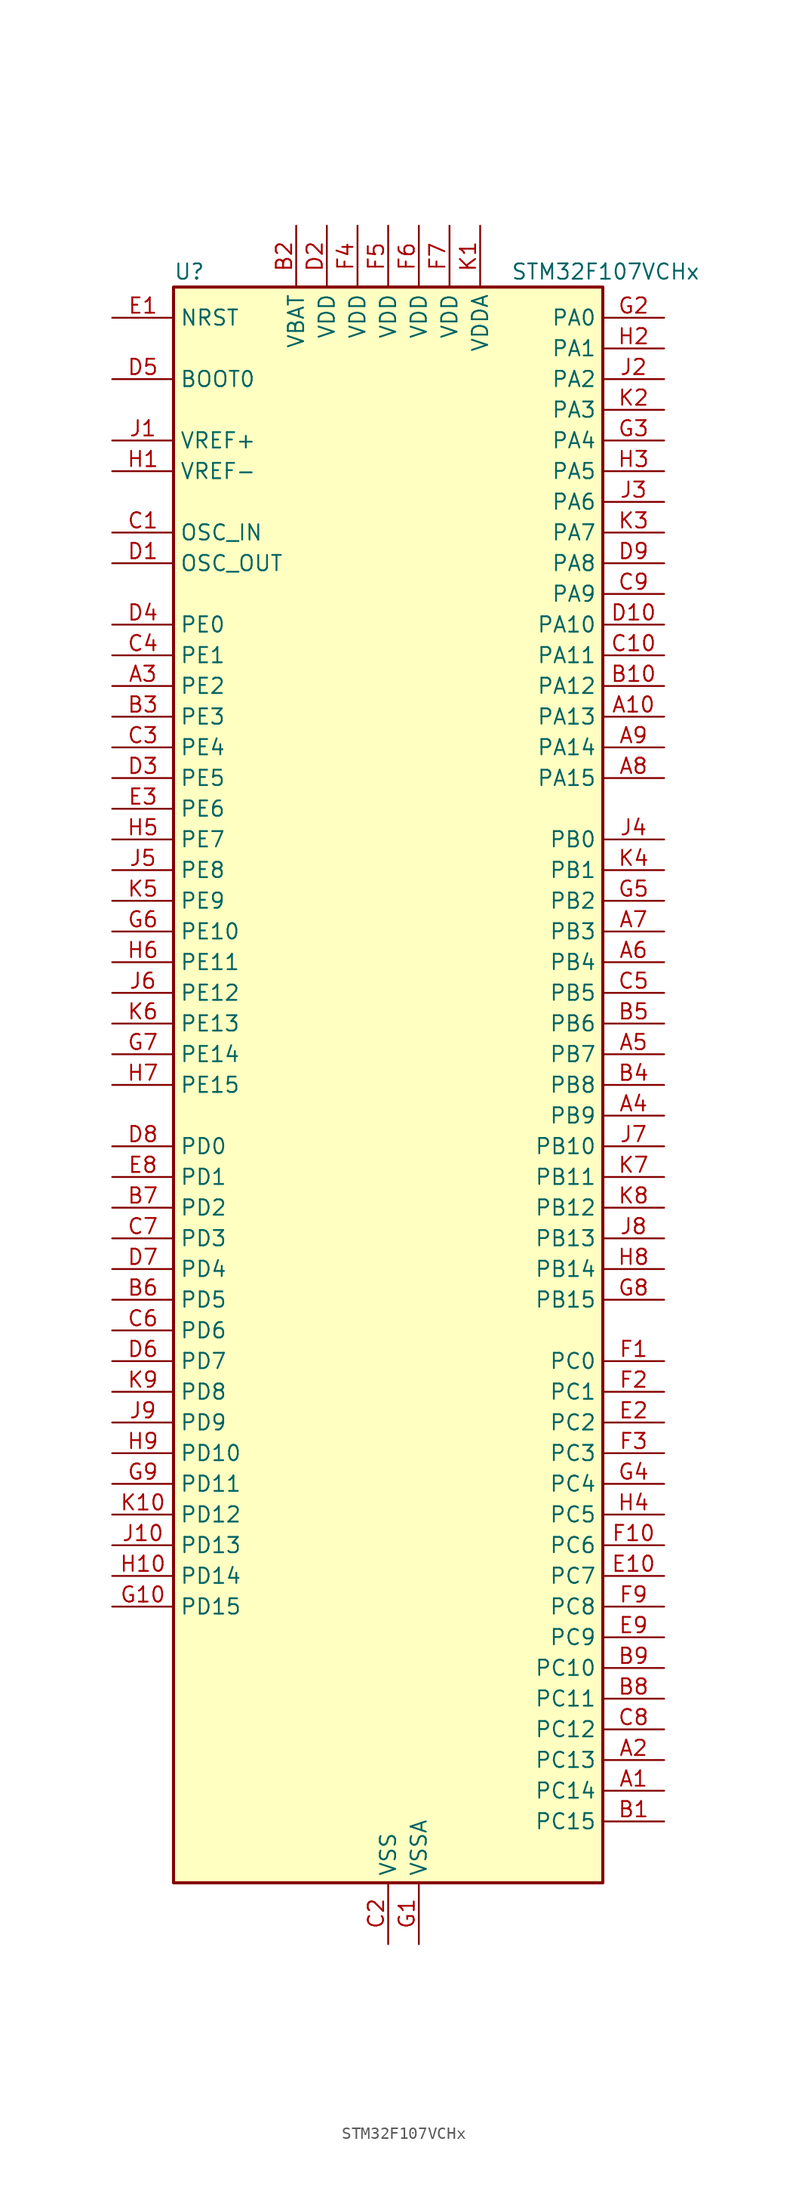
<source format=kicad_sym>
(kicad_symbol_lib
  (version 20220914)
  (generator kicad_symbol_editor)
  (symbol "STM32F107VCHx"
    (property "Reference" "U"
      (at -17.78 67.31 0)
      (effects (font (size 1.27 1.27)) (justify left)))
    (property "Value" "STM32F107VCHx"
      (at 10.16 67.31 0)
      (effects (font (size 1.27 1.27)) (justify left)))
    (property "ki_locked" ""
      (at 0 0 0)
      (effects (font (size 1.27 1.27))))
    (symbol "STM32F107VCHx_0_1"
      (rectangle (start -17.78 -66.04) (end 17.78 66.04) (stroke (width 0.254) (type default)) (fill (type background))))
    (symbol "STM32F107VCHx_1_1"
      (pin bidirectional line (at 22.86 -58.42 180) (length 5.08) (name "PC14" (effects (font (size 1.27 1.27)))) (number "A1" (effects (font (size 1.27 1.27)))) (alternate "RCC_OSC32_IN" bidirectional line))
      (pin bidirectional line (at 22.86 30.48 180) (length 5.08) (name "PA13" (effects (font (size 1.27 1.27)))) (number "A10" (effects (font (size 1.27 1.27)))) (alternate "SYS_JTMS-SWDIO" bidirectional line))
      (pin bidirectional line (at 22.86 -55.88 180) (length 5.08) (name "PC13" (effects (font (size 1.27 1.27)))) (number "A2" (effects (font (size 1.27 1.27)))) (alternate "RTC_OUT" bidirectional line) (alternate "RTC_TAMPER" bidirectional line))
      (pin bidirectional line (at -22.86 33.02 0) (length 5.08) (name "PE2" (effects (font (size 1.27 1.27)))) (number "A3" (effects (font (size 1.27 1.27)))) (alternate "SYS_TRACECLK" bidirectional line))
      (pin bidirectional line (at 22.86 -2.54 180) (length 5.08) (name "PB9" (effects (font (size 1.27 1.27)))) (number "A4" (effects (font (size 1.27 1.27)))) (alternate "CAN1_TX" bidirectional line) (alternate "DAC_EXTI9" bidirectional line) (alternate "I2C1_SDA" bidirectional line) (alternate "TIM4_CH4" bidirectional line))
      (pin bidirectional line (at 22.86 2.54 180) (length 5.08) (name "PB7" (effects (font (size 1.27 1.27)))) (number "A5" (effects (font (size 1.27 1.27)))) (alternate "I2C1_SDA" bidirectional line) (alternate "TIM4_CH2" bidirectional line) (alternate "USART1_RX" bidirectional line))
      (pin bidirectional line (at 22.86 10.16 180) (length 5.08) (name "PB4" (effects (font (size 1.27 1.27)))) (number "A6" (effects (font (size 1.27 1.27)))) (alternate "SPI1_MISO" bidirectional line) (alternate "SPI3_MISO" bidirectional line) (alternate "SYS_NJTRST" bidirectional line) (alternate "TIM3_CH1" bidirectional line))
      (pin bidirectional line (at 22.86 12.7 180) (length 5.08) (name "PB3" (effects (font (size 1.27 1.27)))) (number "A7" (effects (font (size 1.27 1.27)))) (alternate "I2S3_CK" bidirectional line) (alternate "SPI1_SCK" bidirectional line) (alternate "SPI3_SCK" bidirectional line) (alternate "SYS_JTDO" bidirectional line) (alternate "SYS_TRACESWO" bidirectional line) (alternate "TIM2_CH2" bidirectional line))
      (pin bidirectional line (at 22.86 25.4 180) (length 5.08) (name "PA15" (effects (font (size 1.27 1.27)))) (number "A8" (effects (font (size 1.27 1.27)))) (alternate "ADC1_EXTI15" bidirectional line) (alternate "ADC2_EXTI15" bidirectional line) (alternate "I2S3_WS" bidirectional line) (alternate "SPI1_NSS" bidirectional line) (alternate "SPI3_NSS" bidirectional line) (alternate "SYS_JTDI" bidirectional line) (alternate "TIM2_CH1" bidirectional line) (alternate "TIM2_ETR" bidirectional line))
      (pin bidirectional line (at 22.86 27.94 180) (length 5.08) (name "PA14" (effects (font (size 1.27 1.27)))) (number "A9" (effects (font (size 1.27 1.27)))) (alternate "SYS_JTCK-SWCLK" bidirectional line))
      (pin bidirectional line (at 22.86 -60.96 180) (length 5.08) (name "PC15" (effects (font (size 1.27 1.27)))) (number "B1" (effects (font (size 1.27 1.27)))) (alternate "ADC1_EXTI15" bidirectional line) (alternate "ADC2_EXTI15" bidirectional line) (alternate "RCC_OSC32_OUT" bidirectional line))
      (pin bidirectional line (at 22.86 33.02 180) (length 5.08) (name "PA12" (effects (font (size 1.27 1.27)))) (number "B10" (effects (font (size 1.27 1.27)))) (alternate "CAN1_TX" bidirectional line) (alternate "TIM1_ETR" bidirectional line) (alternate "USART1_RTS" bidirectional line) (alternate "USB_OTG_FS_DP" bidirectional line))
      (pin power_in line (at -7.62 71.12 270) (length 5.08) (name "VBAT" (effects (font (size 1.27 1.27)))) (number "B2" (effects (font (size 1.27 1.27)))))
      (pin bidirectional line (at -22.86 30.48 0) (length 5.08) (name "PE3" (effects (font (size 1.27 1.27)))) (number "B3" (effects (font (size 1.27 1.27)))) (alternate "SYS_TRACED0" bidirectional line))
      (pin bidirectional line (at 22.86 0 180) (length 5.08) (name "PB8" (effects (font (size 1.27 1.27)))) (number "B4" (effects (font (size 1.27 1.27)))) (alternate "CAN1_RX" bidirectional line) (alternate "ETH_TXD3" bidirectional line) (alternate "I2C1_SCL" bidirectional line) (alternate "TIM4_CH3" bidirectional line))
      (pin bidirectional line (at 22.86 5.08 180) (length 5.08) (name "PB6" (effects (font (size 1.27 1.27)))) (number "B5" (effects (font (size 1.27 1.27)))) (alternate "CAN2_TX" bidirectional line) (alternate "I2C1_SCL" bidirectional line) (alternate "TIM4_CH1" bidirectional line) (alternate "USART1_TX" bidirectional line))
      (pin bidirectional line (at -22.86 -17.78 0) (length 5.08) (name "PD5" (effects (font (size 1.27 1.27)))) (number "B6" (effects (font (size 1.27 1.27)))) (alternate "USART2_TX" bidirectional line))
      (pin bidirectional line (at -22.86 -10.16 0) (length 5.08) (name "PD2" (effects (font (size 1.27 1.27)))) (number "B7" (effects (font (size 1.27 1.27)))) (alternate "TIM3_ETR" bidirectional line) (alternate "UART5_RX" bidirectional line))
      (pin bidirectional line (at 22.86 -50.8 180) (length 5.08) (name "PC11" (effects (font (size 1.27 1.27)))) (number "B8" (effects (font (size 1.27 1.27)))) (alternate "ADC1_EXTI11" bidirectional line) (alternate "ADC2_EXTI11" bidirectional line) (alternate "SPI3_MISO" bidirectional line) (alternate "UART4_RX" bidirectional line) (alternate "USART3_RX" bidirectional line))
      (pin bidirectional line (at 22.86 -48.26 180) (length 5.08) (name "PC10" (effects (font (size 1.27 1.27)))) (number "B9" (effects (font (size 1.27 1.27)))) (alternate "I2S3_CK" bidirectional line) (alternate "SPI3_SCK" bidirectional line) (alternate "UART4_TX" bidirectional line) (alternate "USART3_TX" bidirectional line))
      (pin input line (at -22.86 45.72 0) (length 5.08) (name "OSC_IN" (effects (font (size 1.27 1.27)))) (number "C1" (effects (font (size 1.27 1.27)))) (alternate "RCC_OSC_IN" bidirectional line))
      (pin bidirectional line (at 22.86 35.56 180) (length 5.08) (name "PA11" (effects (font (size 1.27 1.27)))) (number "C10" (effects (font (size 1.27 1.27)))) (alternate "ADC1_EXTI11" bidirectional line) (alternate "ADC2_EXTI11" bidirectional line) (alternate "CAN1_RX" bidirectional line) (alternate "TIM1_CH4" bidirectional line) (alternate "USART1_CTS" bidirectional line) (alternate "USB_OTG_FS_DM" bidirectional line))
      (pin power_in line (at 0 -71.12 90) (length 5.08) (name "VSS" (effects (font (size 1.27 1.27)))) (number "C2" (effects (font (size 1.27 1.27)))))
      (pin bidirectional line (at -22.86 27.94 0) (length 5.08) (name "PE4" (effects (font (size 1.27 1.27)))) (number "C3" (effects (font (size 1.27 1.27)))) (alternate "SYS_TRACED1" bidirectional line))
      (pin bidirectional line (at -22.86 35.56 0) (length 5.08) (name "PE1" (effects (font (size 1.27 1.27)))) (number "C4" (effects (font (size 1.27 1.27)))))
      (pin bidirectional line (at 22.86 7.62 180) (length 5.08) (name "PB5" (effects (font (size 1.27 1.27)))) (number "C5" (effects (font (size 1.27 1.27)))) (alternate "CAN2_RX" bidirectional line) (alternate "ETH_PPS_OUT" bidirectional line) (alternate "I2C1_SMBA" bidirectional line) (alternate "I2S3_SD" bidirectional line) (alternate "SPI1_MOSI" bidirectional line) (alternate "SPI3_MOSI" bidirectional line) (alternate "TIM3_CH2" bidirectional line))
      (pin bidirectional line (at -22.86 -20.32 0) (length 5.08) (name "PD6" (effects (font (size 1.27 1.27)))) (number "C6" (effects (font (size 1.27 1.27)))) (alternate "USART2_RX" bidirectional line))
      (pin bidirectional line (at -22.86 -12.7 0) (length 5.08) (name "PD3" (effects (font (size 1.27 1.27)))) (number "C7" (effects (font (size 1.27 1.27)))) (alternate "USART2_CTS" bidirectional line))
      (pin bidirectional line (at 22.86 -53.34 180) (length 5.08) (name "PC12" (effects (font (size 1.27 1.27)))) (number "C8" (effects (font (size 1.27 1.27)))) (alternate "I2S3_SD" bidirectional line) (alternate "SPI3_MOSI" bidirectional line) (alternate "UART5_TX" bidirectional line) (alternate "USART3_CK" bidirectional line))
      (pin bidirectional line (at 22.86 40.64 180) (length 5.08) (name "PA9" (effects (font (size 1.27 1.27)))) (number "C9" (effects (font (size 1.27 1.27)))) (alternate "DAC_EXTI9" bidirectional line) (alternate "TIM1_CH2" bidirectional line) (alternate "USART1_TX" bidirectional line) (alternate "USB_OTG_FS_VBUS" bidirectional line))
      (pin input line (at -22.86 43.18 0) (length 5.08) (name "OSC_OUT" (effects (font (size 1.27 1.27)))) (number "D1" (effects (font (size 1.27 1.27)))) (alternate "RCC_OSC_OUT" bidirectional line))
      (pin bidirectional line (at 22.86 38.1 180) (length 5.08) (name "PA10" (effects (font (size 1.27 1.27)))) (number "D10" (effects (font (size 1.27 1.27)))) (alternate "TIM1_CH3" bidirectional line) (alternate "USART1_RX" bidirectional line) (alternate "USB_OTG_FS_ID" bidirectional line))
      (pin power_in line (at -5.08 71.12 270) (length 5.08) (name "VDD" (effects (font (size 1.27 1.27)))) (number "D2" (effects (font (size 1.27 1.27)))))
      (pin bidirectional line (at -22.86 25.4 0) (length 5.08) (name "PE5" (effects (font (size 1.27 1.27)))) (number "D3" (effects (font (size 1.27 1.27)))) (alternate "SYS_TRACED2" bidirectional line))
      (pin bidirectional line (at -22.86 38.1 0) (length 5.08) (name "PE0" (effects (font (size 1.27 1.27)))) (number "D4" (effects (font (size 1.27 1.27)))) (alternate "TIM4_ETR" bidirectional line))
      (pin input line (at -22.86 58.42 0) (length 5.08) (name "BOOT0" (effects (font (size 1.27 1.27)))) (number "D5" (effects (font (size 1.27 1.27)))))
      (pin bidirectional line (at -22.86 -22.86 0) (length 5.08) (name "PD7" (effects (font (size 1.27 1.27)))) (number "D6" (effects (font (size 1.27 1.27)))) (alternate "USART2_CK" bidirectional line))
      (pin bidirectional line (at -22.86 -15.24 0) (length 5.08) (name "PD4" (effects (font (size 1.27 1.27)))) (number "D7" (effects (font (size 1.27 1.27)))) (alternate "USART2_RTS" bidirectional line))
      (pin bidirectional line (at -22.86 -5.08 0) (length 5.08) (name "PD0" (effects (font (size 1.27 1.27)))) (number "D8" (effects (font (size 1.27 1.27)))) (alternate "CAN1_RX" bidirectional line))
      (pin bidirectional line (at 22.86 43.18 180) (length 5.08) (name "PA8" (effects (font (size 1.27 1.27)))) (number "D9" (effects (font (size 1.27 1.27)))) (alternate "RCC_MCO" bidirectional line) (alternate "TIM1_CH1" bidirectional line) (alternate "USART1_CK" bidirectional line) (alternate "USB_OTG_FS_SOF" bidirectional line))
      (pin input line (at -22.86 63.5 0) (length 5.08) (name "NRST" (effects (font (size 1.27 1.27)))) (number "E1" (effects (font (size 1.27 1.27)))))
      (pin bidirectional line (at 22.86 -40.64 180) (length 5.08) (name "PC7" (effects (font (size 1.27 1.27)))) (number "E10" (effects (font (size 1.27 1.27)))) (alternate "I2S3_MCK" bidirectional line) (alternate "TIM3_CH2" bidirectional line))
      (pin bidirectional line (at 22.86 -27.94 180) (length 5.08) (name "PC2" (effects (font (size 1.27 1.27)))) (number "E2" (effects (font (size 1.27 1.27)))) (alternate "ADC1_IN12" bidirectional line) (alternate "ADC2_IN12" bidirectional line) (alternate "ETH_TXD2" bidirectional line))
      (pin bidirectional line (at -22.86 22.86 0) (length 5.08) (name "PE6" (effects (font (size 1.27 1.27)))) (number "E3" (effects (font (size 1.27 1.27)))) (alternate "SYS_TRACED3" bidirectional line))
      (pin passive line (at 0 -71.12 90) (length 5.08) hide (name "VSS" (effects (font (size 1.27 1.27)))) (number "E4" (effects (font (size 1.27 1.27)))))
      (pin passive line (at 0 -71.12 90) (length 5.08) hide (name "VSS" (effects (font (size 1.27 1.27)))) (number "E5" (effects (font (size 1.27 1.27)))))
      (pin passive line (at 0 -71.12 90) (length 5.08) hide (name "VSS" (effects (font (size 1.27 1.27)))) (number "E6" (effects (font (size 1.27 1.27)))))
      (pin passive line (at 0 -71.12 90) (length 5.08) hide (name "VSS" (effects (font (size 1.27 1.27)))) (number "E7" (effects (font (size 1.27 1.27)))))
      (pin bidirectional line (at -22.86 -7.62 0) (length 5.08) (name "PD1" (effects (font (size 1.27 1.27)))) (number "E8" (effects (font (size 1.27 1.27)))) (alternate "CAN1_TX" bidirectional line))
      (pin bidirectional line (at 22.86 -45.72 180) (length 5.08) (name "PC9" (effects (font (size 1.27 1.27)))) (number "E9" (effects (font (size 1.27 1.27)))) (alternate "DAC_EXTI9" bidirectional line) (alternate "TIM3_CH4" bidirectional line))
      (pin bidirectional line (at 22.86 -22.86 180) (length 5.08) (name "PC0" (effects (font (size 1.27 1.27)))) (number "F1" (effects (font (size 1.27 1.27)))) (alternate "ADC1_IN10" bidirectional line) (alternate "ADC2_IN10" bidirectional line))
      (pin bidirectional line (at 22.86 -38.1 180) (length 5.08) (name "PC6" (effects (font (size 1.27 1.27)))) (number "F10" (effects (font (size 1.27 1.27)))) (alternate "I2S2_MCK" bidirectional line) (alternate "TIM3_CH1" bidirectional line))
      (pin bidirectional line (at 22.86 -25.4 180) (length 5.08) (name "PC1" (effects (font (size 1.27 1.27)))) (number "F2" (effects (font (size 1.27 1.27)))) (alternate "ADC1_IN11" bidirectional line) (alternate "ADC2_IN11" bidirectional line) (alternate "ETH_MDC" bidirectional line))
      (pin bidirectional line (at 22.86 -30.48 180) (length 5.08) (name "PC3" (effects (font (size 1.27 1.27)))) (number "F3" (effects (font (size 1.27 1.27)))) (alternate "ADC1_IN13" bidirectional line) (alternate "ADC2_IN13" bidirectional line) (alternate "ETH_TX_CLK" bidirectional line))
      (pin power_in line (at -2.54 71.12 270) (length 5.08) (name "VDD" (effects (font (size 1.27 1.27)))) (number "F4" (effects (font (size 1.27 1.27)))))
      (pin power_in line (at 0 71.12 270) (length 5.08) (name "VDD" (effects (font (size 1.27 1.27)))) (number "F5" (effects (font (size 1.27 1.27)))))
      (pin power_in line (at 2.54 71.12 270) (length 5.08) (name "VDD" (effects (font (size 1.27 1.27)))) (number "F6" (effects (font (size 1.27 1.27)))))
      (pin power_in line (at 5.08 71.12 270) (length 5.08) (name "VDD" (effects (font (size 1.27 1.27)))) (number "F7" (effects (font (size 1.27 1.27)))))
      (pin no_connect line (at -17.78 -66.04 0) (length 5.08) hide (name "NC" (effects (font (size 1.27 1.27)))) (number "F8" (effects (font (size 1.27 1.27)))))
      (pin bidirectional line (at 22.86 -43.18 180) (length 5.08) (name "PC8" (effects (font (size 1.27 1.27)))) (number "F9" (effects (font (size 1.27 1.27)))) (alternate "TIM3_CH3" bidirectional line))
      (pin power_in line (at 2.54 -71.12 90) (length 5.08) (name "VSSA" (effects (font (size 1.27 1.27)))) (number "G1" (effects (font (size 1.27 1.27)))))
      (pin bidirectional line (at -22.86 -43.18 0) (length 5.08) (name "PD15" (effects (font (size 1.27 1.27)))) (number "G10" (effects (font (size 1.27 1.27)))) (alternate "ADC1_EXTI15" bidirectional line) (alternate "ADC2_EXTI15" bidirectional line) (alternate "TIM4_CH4" bidirectional line))
      (pin bidirectional line (at 22.86 63.5 180) (length 5.08) (name "PA0" (effects (font (size 1.27 1.27)))) (number "G2" (effects (font (size 1.27 1.27)))) (alternate "ADC1_IN0" bidirectional line) (alternate "ADC2_IN0" bidirectional line) (alternate "ETH_CRS" bidirectional line) (alternate "SYS_WKUP" bidirectional line) (alternate "TIM2_CH1" bidirectional line) (alternate "TIM2_ETR" bidirectional line) (alternate "TIM5_CH1" bidirectional line) (alternate "USART2_CTS" bidirectional line))
      (pin bidirectional line (at 22.86 53.34 180) (length 5.08) (name "PA4" (effects (font (size 1.27 1.27)))) (number "G3" (effects (font (size 1.27 1.27)))) (alternate "ADC1_IN4" bidirectional line) (alternate "ADC2_IN4" bidirectional line) (alternate "DAC_OUT1" bidirectional line) (alternate "I2S3_WS" bidirectional line) (alternate "SPI1_NSS" bidirectional line) (alternate "SPI3_NSS" bidirectional line) (alternate "USART2_CK" bidirectional line))
      (pin bidirectional line (at 22.86 -33.02 180) (length 5.08) (name "PC4" (effects (font (size 1.27 1.27)))) (number "G4" (effects (font (size 1.27 1.27)))) (alternate "ADC1_IN14" bidirectional line) (alternate "ADC2_IN14" bidirectional line) (alternate "ETH_RXD0" bidirectional line))
      (pin bidirectional line (at 22.86 15.24 180) (length 5.08) (name "PB2" (effects (font (size 1.27 1.27)))) (number "G5" (effects (font (size 1.27 1.27)))))
      (pin bidirectional line (at -22.86 12.7 0) (length 5.08) (name "PE10" (effects (font (size 1.27 1.27)))) (number "G6" (effects (font (size 1.27 1.27)))) (alternate "TIM1_CH2N" bidirectional line))
      (pin bidirectional line (at -22.86 2.54 0) (length 5.08) (name "PE14" (effects (font (size 1.27 1.27)))) (number "G7" (effects (font (size 1.27 1.27)))) (alternate "TIM1_CH4" bidirectional line))
      (pin bidirectional line (at 22.86 -17.78 180) (length 5.08) (name "PB15" (effects (font (size 1.27 1.27)))) (number "G8" (effects (font (size 1.27 1.27)))) (alternate "ADC1_EXTI15" bidirectional line) (alternate "ADC2_EXTI15" bidirectional line) (alternate "I2S2_SD" bidirectional line) (alternate "SPI2_MOSI" bidirectional line) (alternate "TIM1_CH3N" bidirectional line))
      (pin bidirectional line (at -22.86 -33.02 0) (length 5.08) (name "PD11" (effects (font (size 1.27 1.27)))) (number "G9" (effects (font (size 1.27 1.27)))) (alternate "ADC1_EXTI11" bidirectional line) (alternate "ADC2_EXTI11" bidirectional line) (alternate "ETH_RXD2" bidirectional line) (alternate "USART3_CTS" bidirectional line))
      (pin input line (at -22.86 50.8 0) (length 5.08) (name "VREF-" (effects (font (size 1.27 1.27)))) (number "H1" (effects (font (size 1.27 1.27)))))
      (pin bidirectional line (at -22.86 -40.64 0) (length 5.08) (name "PD14" (effects (font (size 1.27 1.27)))) (number "H10" (effects (font (size 1.27 1.27)))) (alternate "TIM4_CH3" bidirectional line))
      (pin bidirectional line (at 22.86 60.96 180) (length 5.08) (name "PA1" (effects (font (size 1.27 1.27)))) (number "H2" (effects (font (size 1.27 1.27)))) (alternate "ADC1_IN1" bidirectional line) (alternate "ADC2_IN1" bidirectional line) (alternate "ETH_REF_CLK" bidirectional line) (alternate "ETH_RX_CLK" bidirectional line) (alternate "TIM2_CH2" bidirectional line) (alternate "TIM5_CH2" bidirectional line) (alternate "USART2_RTS" bidirectional line))
      (pin bidirectional line (at 22.86 50.8 180) (length 5.08) (name "PA5" (effects (font (size 1.27 1.27)))) (number "H3" (effects (font (size 1.27 1.27)))) (alternate "ADC1_IN5" bidirectional line) (alternate "ADC2_IN5" bidirectional line) (alternate "DAC_OUT2" bidirectional line) (alternate "SPI1_SCK" bidirectional line))
      (pin bidirectional line (at 22.86 -35.56 180) (length 5.08) (name "PC5" (effects (font (size 1.27 1.27)))) (number "H4" (effects (font (size 1.27 1.27)))) (alternate "ADC1_IN15" bidirectional line) (alternate "ADC2_IN15" bidirectional line) (alternate "ETH_RXD1" bidirectional line))
      (pin bidirectional line (at -22.86 20.32 0) (length 5.08) (name "PE7" (effects (font (size 1.27 1.27)))) (number "H5" (effects (font (size 1.27 1.27)))) (alternate "TIM1_ETR" bidirectional line))
      (pin bidirectional line (at -22.86 10.16 0) (length 5.08) (name "PE11" (effects (font (size 1.27 1.27)))) (number "H6" (effects (font (size 1.27 1.27)))) (alternate "ADC1_EXTI11" bidirectional line) (alternate "ADC2_EXTI11" bidirectional line) (alternate "TIM1_CH2" bidirectional line))
      (pin bidirectional line (at -22.86 0 0) (length 5.08) (name "PE15" (effects (font (size 1.27 1.27)))) (number "H7" (effects (font (size 1.27 1.27)))) (alternate "ADC1_EXTI15" bidirectional line) (alternate "ADC2_EXTI15" bidirectional line) (alternate "TIM1_BKIN" bidirectional line))
      (pin bidirectional line (at 22.86 -15.24 180) (length 5.08) (name "PB14" (effects (font (size 1.27 1.27)))) (number "H8" (effects (font (size 1.27 1.27)))) (alternate "SPI2_MISO" bidirectional line) (alternate "TIM1_CH2N" bidirectional line) (alternate "USART3_RTS" bidirectional line))
      (pin bidirectional line (at -22.86 -30.48 0) (length 5.08) (name "PD10" (effects (font (size 1.27 1.27)))) (number "H9" (effects (font (size 1.27 1.27)))) (alternate "ETH_RXD1" bidirectional line) (alternate "USART3_CK" bidirectional line))
      (pin input line (at -22.86 53.34 0) (length 5.08) (name "VREF+" (effects (font (size 1.27 1.27)))) (number "J1" (effects (font (size 1.27 1.27)))))
      (pin bidirectional line (at -22.86 -38.1 0) (length 5.08) (name "PD13" (effects (font (size 1.27 1.27)))) (number "J10" (effects (font (size 1.27 1.27)))) (alternate "TIM4_CH2" bidirectional line))
      (pin bidirectional line (at 22.86 58.42 180) (length 5.08) (name "PA2" (effects (font (size 1.27 1.27)))) (number "J2" (effects (font (size 1.27 1.27)))) (alternate "ADC1_IN2" bidirectional line) (alternate "ADC2_IN2" bidirectional line) (alternate "ETH_MDIO" bidirectional line) (alternate "TIM2_CH3" bidirectional line) (alternate "TIM5_CH3" bidirectional line) (alternate "USART2_TX" bidirectional line))
      (pin bidirectional line (at 22.86 48.26 180) (length 5.08) (name "PA6" (effects (font (size 1.27 1.27)))) (number "J3" (effects (font (size 1.27 1.27)))) (alternate "ADC1_IN6" bidirectional line) (alternate "ADC2_IN6" bidirectional line) (alternate "SPI1_MISO" bidirectional line) (alternate "TIM1_BKIN" bidirectional line) (alternate "TIM3_CH1" bidirectional line))
      (pin bidirectional line (at 22.86 20.32 180) (length 5.08) (name "PB0" (effects (font (size 1.27 1.27)))) (number "J4" (effects (font (size 1.27 1.27)))) (alternate "ADC1_IN8" bidirectional line) (alternate "ADC2_IN8" bidirectional line) (alternate "ETH_RXD2" bidirectional line) (alternate "TIM1_CH2N" bidirectional line) (alternate "TIM3_CH3" bidirectional line))
      (pin bidirectional line (at -22.86 17.78 0) (length 5.08) (name "PE8" (effects (font (size 1.27 1.27)))) (number "J5" (effects (font (size 1.27 1.27)))) (alternate "TIM1_CH1N" bidirectional line))
      (pin bidirectional line (at -22.86 7.62 0) (length 5.08) (name "PE12" (effects (font (size 1.27 1.27)))) (number "J6" (effects (font (size 1.27 1.27)))) (alternate "TIM1_CH3N" bidirectional line))
      (pin bidirectional line (at 22.86 -5.08 180) (length 5.08) (name "PB10" (effects (font (size 1.27 1.27)))) (number "J7" (effects (font (size 1.27 1.27)))) (alternate "ETH_RX_ER" bidirectional line) (alternate "TIM2_CH3" bidirectional line) (alternate "USART3_TX" bidirectional line))
      (pin bidirectional line (at 22.86 -12.7 180) (length 5.08) (name "PB13" (effects (font (size 1.27 1.27)))) (number "J8" (effects (font (size 1.27 1.27)))) (alternate "CAN2_TX" bidirectional line) (alternate "ETH_TXD1" bidirectional line) (alternate "I2S2_CK" bidirectional line) (alternate "SPI2_SCK" bidirectional line) (alternate "TIM1_CH1N" bidirectional line) (alternate "USART3_CTS" bidirectional line))
      (pin bidirectional line (at -22.86 -27.94 0) (length 5.08) (name "PD9" (effects (font (size 1.27 1.27)))) (number "J9" (effects (font (size 1.27 1.27)))) (alternate "DAC_EXTI9" bidirectional line) (alternate "ETH_RXD0" bidirectional line) (alternate "USART3_RX" bidirectional line))
      (pin power_in line (at 7.62 71.12 270) (length 5.08) (name "VDDA" (effects (font (size 1.27 1.27)))) (number "K1" (effects (font (size 1.27 1.27)))))
      (pin bidirectional line (at -22.86 -35.56 0) (length 5.08) (name "PD12" (effects (font (size 1.27 1.27)))) (number "K10" (effects (font (size 1.27 1.27)))) (alternate "ETH_RXD3" bidirectional line) (alternate "TIM4_CH1" bidirectional line) (alternate "USART3_RTS" bidirectional line))
      (pin bidirectional line (at 22.86 55.88 180) (length 5.08) (name "PA3" (effects (font (size 1.27 1.27)))) (number "K2" (effects (font (size 1.27 1.27)))) (alternate "ADC1_IN3" bidirectional line) (alternate "ADC2_IN3" bidirectional line) (alternate "ETH_COL" bidirectional line) (alternate "TIM2_CH4" bidirectional line) (alternate "TIM5_CH4" bidirectional line) (alternate "USART2_RX" bidirectional line))
      (pin bidirectional line (at 22.86 45.72 180) (length 5.08) (name "PA7" (effects (font (size 1.27 1.27)))) (number "K3" (effects (font (size 1.27 1.27)))) (alternate "ADC1_IN7" bidirectional line) (alternate "ADC2_IN7" bidirectional line) (alternate "ETH_CRS_DV" bidirectional line) (alternate "ETH_RX_DV" bidirectional line) (alternate "SPI1_MOSI" bidirectional line) (alternate "TIM1_CH1N" bidirectional line) (alternate "TIM3_CH2" bidirectional line))
      (pin bidirectional line (at 22.86 17.78 180) (length 5.08) (name "PB1" (effects (font (size 1.27 1.27)))) (number "K4" (effects (font (size 1.27 1.27)))) (alternate "ADC1_IN9" bidirectional line) (alternate "ADC2_IN9" bidirectional line) (alternate "ETH_RXD3" bidirectional line) (alternate "TIM1_CH3N" bidirectional line) (alternate "TIM3_CH4" bidirectional line))
      (pin bidirectional line (at -22.86 15.24 0) (length 5.08) (name "PE9" (effects (font (size 1.27 1.27)))) (number "K5" (effects (font (size 1.27 1.27)))) (alternate "DAC_EXTI9" bidirectional line) (alternate "TIM1_CH1" bidirectional line))
      (pin bidirectional line (at -22.86 5.08 0) (length 5.08) (name "PE13" (effects (font (size 1.27 1.27)))) (number "K6" (effects (font (size 1.27 1.27)))) (alternate "TIM1_CH3" bidirectional line))
      (pin bidirectional line (at 22.86 -7.62 180) (length 5.08) (name "PB11" (effects (font (size 1.27 1.27)))) (number "K7" (effects (font (size 1.27 1.27)))) (alternate "ADC1_EXTI11" bidirectional line) (alternate "ADC2_EXTI11" bidirectional line) (alternate "ETH_TX_EN" bidirectional line) (alternate "TIM2_CH4" bidirectional line) (alternate "USART3_RX" bidirectional line))
      (pin bidirectional line (at 22.86 -10.16 180) (length 5.08) (name "PB12" (effects (font (size 1.27 1.27)))) (number "K8" (effects (font (size 1.27 1.27)))) (alternate "CAN2_RX" bidirectional line) (alternate "ETH_TXD0" bidirectional line) (alternate "I2S2_WS" bidirectional line) (alternate "SPI2_NSS" bidirectional line) (alternate "TIM1_BKIN" bidirectional line) (alternate "USART3_CK" bidirectional line))
      (pin bidirectional line (at -22.86 -25.4 0) (length 5.08) (name "PD8" (effects (font (size 1.27 1.27)))) (number "K9" (effects (font (size 1.27 1.27)))) (alternate "ETH_CRS_DV" bidirectional line) (alternate "ETH_RX_DV" bidirectional line) (alternate "USART3_TX" bidirectional line)))))
</source>
